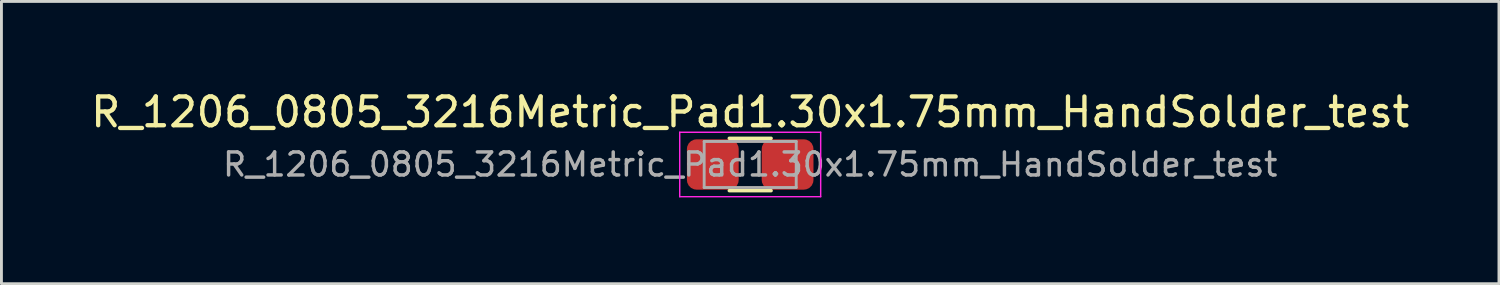
<source format=kicad_pcb>
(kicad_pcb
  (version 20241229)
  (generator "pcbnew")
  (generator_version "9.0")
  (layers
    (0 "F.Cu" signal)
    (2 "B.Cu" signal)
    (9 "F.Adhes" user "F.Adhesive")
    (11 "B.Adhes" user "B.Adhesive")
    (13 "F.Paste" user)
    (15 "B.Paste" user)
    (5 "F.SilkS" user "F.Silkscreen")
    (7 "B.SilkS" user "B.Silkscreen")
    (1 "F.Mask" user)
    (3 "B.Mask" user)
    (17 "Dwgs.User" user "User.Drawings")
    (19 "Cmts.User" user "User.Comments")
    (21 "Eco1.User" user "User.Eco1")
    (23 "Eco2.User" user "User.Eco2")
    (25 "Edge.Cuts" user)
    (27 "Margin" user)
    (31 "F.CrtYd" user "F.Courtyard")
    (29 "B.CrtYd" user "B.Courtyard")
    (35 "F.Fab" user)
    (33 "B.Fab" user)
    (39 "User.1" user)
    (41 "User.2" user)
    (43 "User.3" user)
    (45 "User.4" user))
  (footprint "R_1206_0805_3216Metric_Pad1.30x1.75mm_HandSolder_test"
    (layer "F.Cu")
    (at 23.03 2.668)
    (property "Reference" "R_1206_0805_3216Metric_Pad1.30x1.75mm_HandSolder_test" (at 0 -1.82 0) (layer "F.SilkS") (effects (font (size 1 1) (thickness 0.15))))
    (attr smd)
    (fp_line (start -0.727 -0.91) (end 0.727 -0.91) (stroke (width 0.12) (type solid)) (layer "F.SilkS"))
    (fp_line (start -0.727 0.91) (end 0.727 0.91) (stroke (width 0.12) (type solid)) (layer "F.SilkS"))
    (fp_line (start -2.45 -1.12) (end 2.45 -1.12) (stroke (width 0.05) (type solid)) (layer "F.CrtYd"))
    (fp_line (start -2.45 1.12) (end -2.45 -1.12) (stroke (width 0.05) (type solid)) (layer "F.CrtYd"))
    (fp_line (start 2.45 -1.12) (end 2.45 1.12) (stroke (width 0.05) (type solid)) (layer "F.CrtYd"))
    (fp_line (start 2.45 1.12) (end -2.45 1.12) (stroke (width 0.05) (type solid)) (layer "F.CrtYd"))
    (fp_line (start -1.6 -0.8) (end 1.6 -0.8) (stroke (width 0.1) (type solid)) (layer "F.Fab"))
    (fp_line (start -1.6 0.8) (end -1.6 -0.8) (stroke (width 0.1) (type solid)) (layer "F.Fab"))
    (fp_line (start 1.6 -0.8) (end 1.6 0.8) (stroke (width 0.1) (type solid)) (layer "F.Fab"))
    (fp_line (start 1.6 0.8) (end -1.6 0.8) (stroke (width 0.1) (type solid)) (layer "F.Fab"))
    (fp_text user "${REFERENCE}" (at 0 0 0) (layer "F.Fab") (effects (font (size 0.8 0.8) (thickness 0.12))))
    (pad "1" smd roundrect (at -1.3 0) (size 1.8 1.75) (layers "F.Cu" "F.Mask" "F.Paste") (roundrect_rratio 0.192))
    (pad "2" smd roundrect (at 1.3 0) (size 1.8 1.75) (layers "F.Cu" "F.Mask" "F.Paste") (roundrect_rratio 0.192)))
  (gr_rect
    (start -3 -3)
    (end 49.06 6.813)
    (stroke (width 0.1) (type default))
    (fill no)
    (layer "Edge.Cuts")))
</source>
